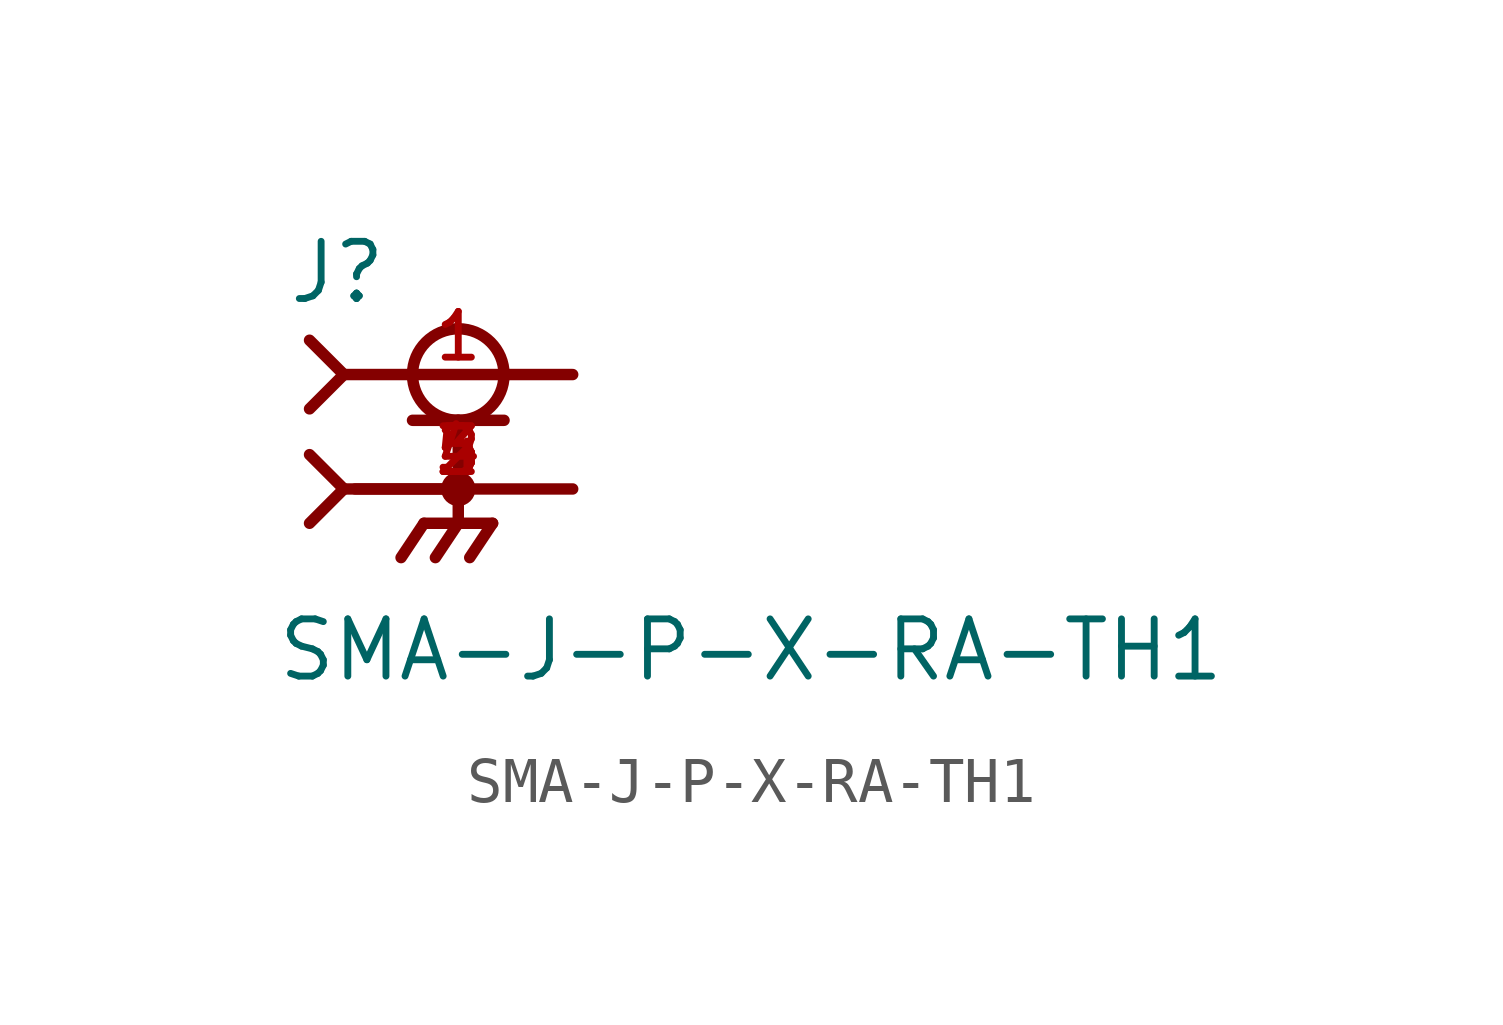
<source format=kicad_sym>
(kicad_symbol_lib
  (version 20211014)
  (generator kicad_symbol_editor)
  (symbol "SMA-J-P-X-RA-TH1"
    (pin_names
      (offset 1.016))
    (property "Reference" "J"
      (at -3.81 4.064 0)
      (effects (font (size 1.27 1.27)) (justify bottom left)))
    (property "Value" "SMA-J-P-X-RA-TH1"
      (at -4.064 -4.318 0)
      (effects (font (size 1.27 1.27)) (justify bottom left)))
    (symbol "SMA-J-P-X-RA-TH1_0_0"
      (circle (center 0.0 2.54) (radius 1.016) (stroke (width 0.254)) (fill (type none)))
      (polyline (pts (xy -1.016 1.524) (xy 0.0 1.524)) (stroke (width 0.254)))
      (polyline (pts (xy 0.0 1.524) (xy 1.016 1.524)) (stroke (width 0.254)))
      (polyline (pts (xy 0.0 0.0) (xy -2.286 0.0)) (stroke (width 0.254)))
      (polyline (pts (xy -3.302 3.302) (xy -2.54 2.54)) (stroke (width 0.254)))
      (polyline (pts (xy -3.302 1.778) (xy -2.54 2.54)) (stroke (width 0.254)))
      (polyline (pts (xy 0.0 1.524) (xy 0.0 0.0)) (stroke (width 0.254)))
      (circle (center 0.0 0.0) (radius 0.254) (stroke (width 0.254)) (fill (type none)))
      (polyline (pts (xy -2.54 2.54) (xy 2.54 2.54)) (stroke (width 0.254)))
      (polyline (pts (xy 2.54 0.0) (xy 0.0 0.0)) (stroke (width 0.254)))
      (polyline (pts (xy 0.0 0.0) (xy 0.0 -0.762)) (stroke (width 0.254)))
      (polyline (pts (xy 0.762 -0.762) (xy -0.762 -0.762)) (stroke (width 0.254)))
      (polyline (pts (xy -0.762 -0.762) (xy -1.27 -1.524)) (stroke (width 0.254)))
      (polyline (pts (xy 0.0 -0.762) (xy -0.508 -1.524)) (stroke (width 0.254)))
      (polyline (pts (xy 0.762 -0.762) (xy 0.254 -1.524)) (stroke (width 0.254)))
      (polyline (pts (xy -3.302 0.762) (xy -2.54 0.0)) (stroke (width 0.254)))
      (polyline (pts (xy -3.302 -0.762) (xy -2.54 0.0)) (stroke (width 0.254)))
      (polyline (pts (xy -2.54 0.0) (xy 0.0 0.0)) (stroke (width 0.254)))
      (pin passive line (at 2.54 2.54 180.0) (length 5.08) (name "~" (effects (font (size 1.016 1.016)))) (number "1" (effects (font (size 1.016 1.016)))))
      (pin passive line (at 2.54 0.0 180.0) (length 5.08) (name "~" (effects (font (size 1.016 1.016)))) (number "2" (effects (font (size 1.016 1.016)))))
      (pin passive line (at 2.54 0.0 180.0) (length 5.08) (name "~" (effects (font (size 1.016 1.016)))) (number "3" (effects (font (size 1.016 1.016)))))
      (pin passive line (at 2.54 0.0 180.0) (length 5.08) (name "~" (effects (font (size 1.016 1.016)))) (number "4" (effects (font (size 1.016 1.016)))))
      (pin passive line (at 2.54 0.0 180.0) (length 5.08) (name "~" (effects (font (size 1.016 1.016)))) (number "5" (effects (font (size 1.016 1.016))))))))
</source>
